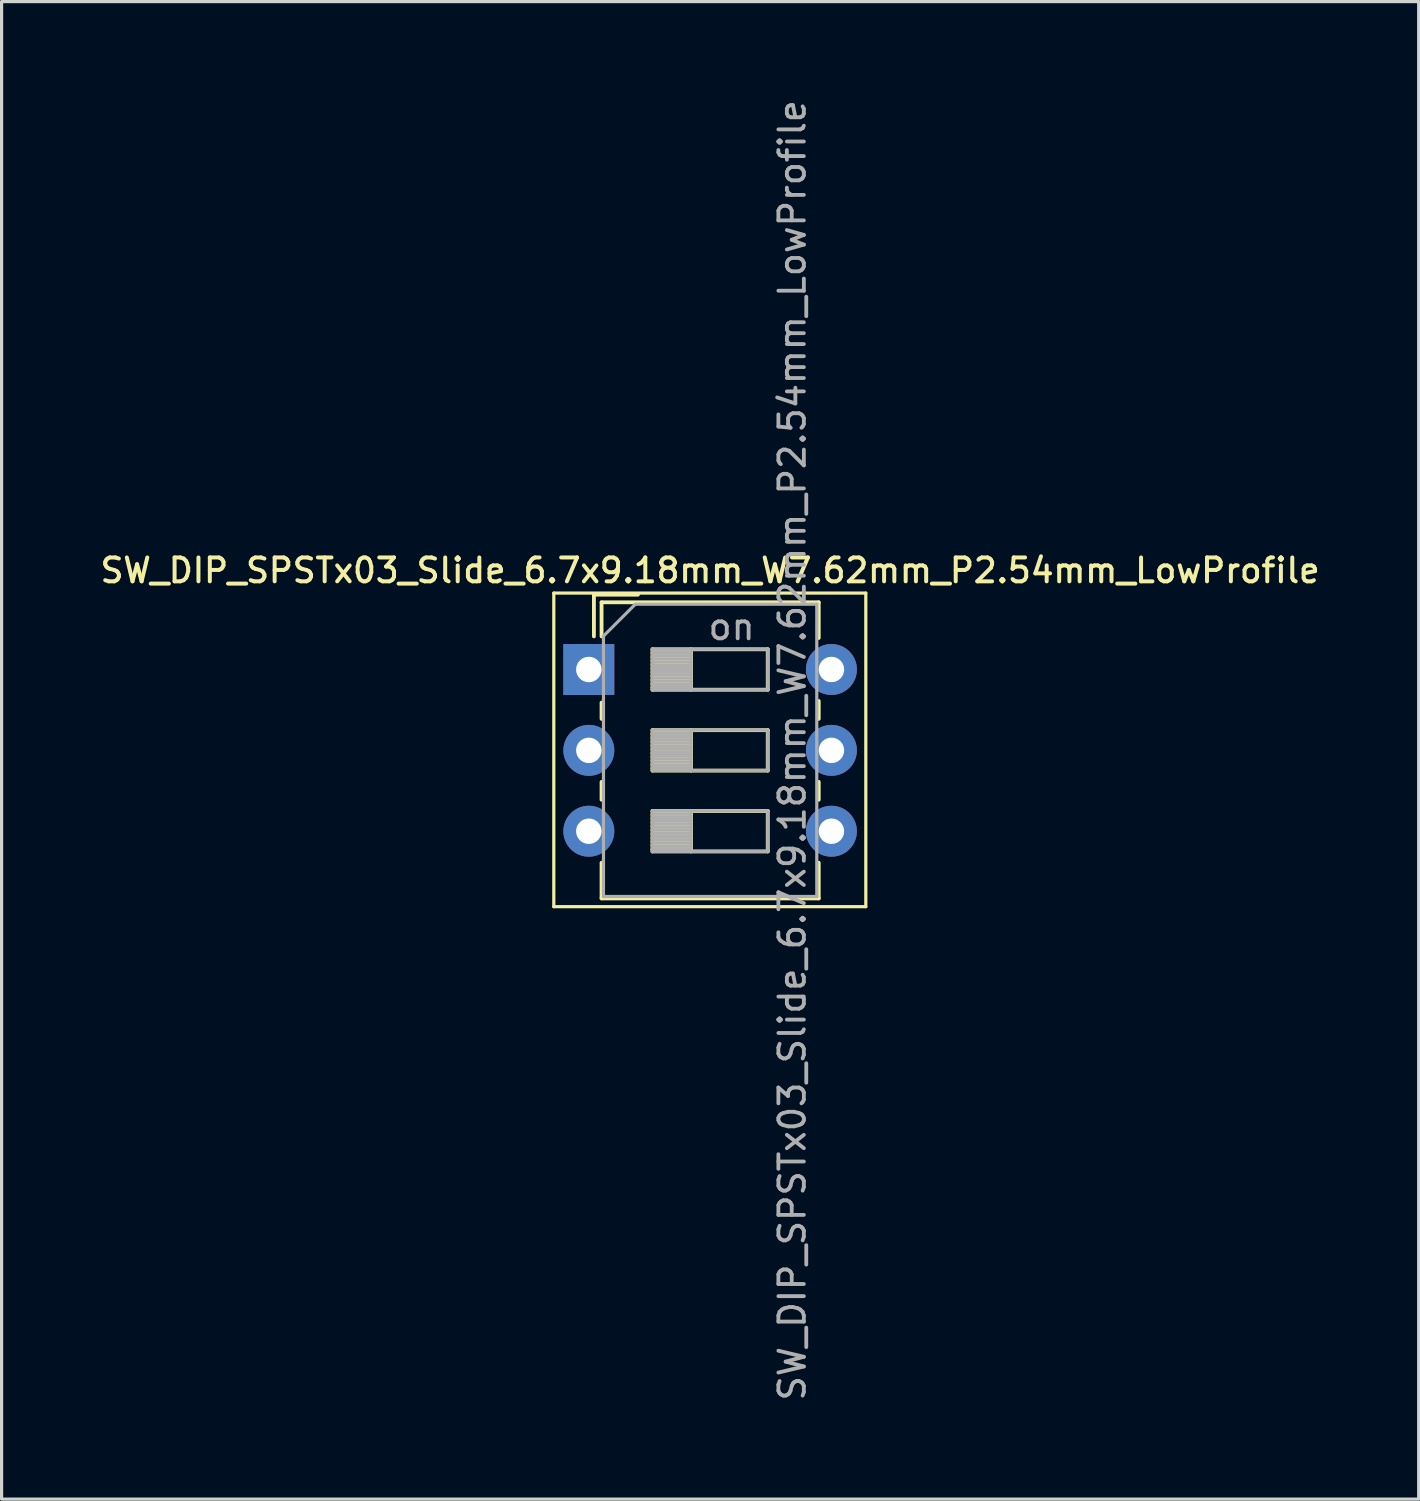
<source format=kicad_pcb>
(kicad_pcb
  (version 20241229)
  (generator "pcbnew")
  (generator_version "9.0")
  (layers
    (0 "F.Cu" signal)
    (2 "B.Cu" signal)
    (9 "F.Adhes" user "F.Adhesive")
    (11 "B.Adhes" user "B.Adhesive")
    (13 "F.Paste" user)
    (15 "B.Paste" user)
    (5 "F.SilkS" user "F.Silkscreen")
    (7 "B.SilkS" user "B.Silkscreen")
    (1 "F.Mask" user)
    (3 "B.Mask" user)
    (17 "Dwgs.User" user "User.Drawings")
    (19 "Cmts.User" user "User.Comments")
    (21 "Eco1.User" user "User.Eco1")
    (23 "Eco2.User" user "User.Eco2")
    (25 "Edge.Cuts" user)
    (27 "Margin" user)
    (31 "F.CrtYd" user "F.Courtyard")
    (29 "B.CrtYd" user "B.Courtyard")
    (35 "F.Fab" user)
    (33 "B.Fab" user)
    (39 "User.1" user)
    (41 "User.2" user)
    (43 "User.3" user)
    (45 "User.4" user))
  (footprint "SW_DIP_SPSTx03_Slide_6.7x9.18mm_W7.62mm_P2.54mm_LowProfile"
    (layer "F.Cu")
    (at 15.445 17.979)
    (property "Reference" "SW_DIP_SPSTx03_Slide_6.7x9.18mm_W7.62mm_P2.54mm_LowProfile" (at 3.81 -3.11 0) (layer "F.SilkS") (effects (font (size 0.75 0.75) (thickness 0.125))))
    (attr through_hole)
    (fp_line (start -1.1 -2.4) (end -1.1 7.45) (stroke (width 0.1) (type solid)) (layer "F.SilkS"))
    (fp_line (start -1.1 7.45) (end 8.7 7.45) (stroke (width 0.1) (type solid)) (layer "F.SilkS"))
    (fp_line (start 0.16 -2.35) (end 0.16 -1.04) (stroke (width 0.12) (type solid)) (layer "F.SilkS"))
    (fp_line (start 0.16 -2.35) (end 1.543 -2.35) (stroke (width 0.12) (type solid)) (layer "F.SilkS"))
    (fp_line (start 0.4 -2.11) (end 0.4 -1.04) (stroke (width 0.12) (type solid)) (layer "F.SilkS"))
    (fp_line (start 0.4 -2.11) (end 7.221 -2.11) (stroke (width 0.12) (type solid)) (layer "F.SilkS"))
    (fp_line (start 0.4 1.04) (end 0.4 1.551) (stroke (width 0.12) (type solid)) (layer "F.SilkS"))
    (fp_line (start 0.4 3.53) (end 0.4 4.091) (stroke (width 0.12) (type solid)) (layer "F.SilkS"))
    (fp_line (start 0.4 6.07) (end 0.4 7.19) (stroke (width 0.12) (type solid)) (layer "F.SilkS"))
    (fp_line (start 0.4 7.19) (end 7.221 7.19) (stroke (width 0.12) (type solid)) (layer "F.SilkS"))
    (fp_line (start 2 -0.635) (end 2 0.635) (stroke (width 0.12) (type solid)) (layer "F.SilkS"))
    (fp_line (start 2 -0.515) (end 3.207 -0.515) (stroke (width 0.12) (type solid)) (layer "F.SilkS"))
    (fp_line (start 2 -0.395) (end 3.207 -0.395) (stroke (width 0.12) (type solid)) (layer "F.SilkS"))
    (fp_line (start 2 -0.275) (end 3.207 -0.275) (stroke (width 0.12) (type solid)) (layer "F.SilkS"))
    (fp_line (start 2 -0.155) (end 3.207 -0.155) (stroke (width 0.12) (type solid)) (layer "F.SilkS"))
    (fp_line (start 2 -0.035) (end 3.207 -0.035) (stroke (width 0.12) (type solid)) (layer "F.SilkS"))
    (fp_line (start 2 0.085) (end 3.207 0.085) (stroke (width 0.12) (type solid)) (layer "F.SilkS"))
    (fp_line (start 2 0.205) (end 3.207 0.205) (stroke (width 0.12) (type solid)) (layer "F.SilkS"))
    (fp_line (start 2 0.325) (end 3.207 0.325) (stroke (width 0.12) (type solid)) (layer "F.SilkS"))
    (fp_line (start 2 0.445) (end 3.207 0.445) (stroke (width 0.12) (type solid)) (layer "F.SilkS"))
    (fp_line (start 2 0.565) (end 3.207 0.565) (stroke (width 0.12) (type solid)) (layer "F.SilkS"))
    (fp_line (start 2 0.635) (end 5.62 0.635) (stroke (width 0.12) (type solid)) (layer "F.SilkS"))
    (fp_line (start 2 1.905) (end 2 3.175) (stroke (width 0.12) (type solid)) (layer "F.SilkS"))
    (fp_line (start 2 2.025) (end 3.207 2.025) (stroke (width 0.12) (type solid)) (layer "F.SilkS"))
    (fp_line (start 2 2.145) (end 3.207 2.145) (stroke (width 0.12) (type solid)) (layer "F.SilkS"))
    (fp_line (start 2 2.265) (end 3.207 2.265) (stroke (width 0.12) (type solid)) (layer "F.SilkS"))
    (fp_line (start 2 2.385) (end 3.207 2.385) (stroke (width 0.12) (type solid)) (layer "F.SilkS"))
    (fp_line (start 2 2.505) (end 3.207 2.505) (stroke (width 0.12) (type solid)) (layer "F.SilkS"))
    (fp_line (start 2 2.625) (end 3.207 2.625) (stroke (width 0.12) (type solid)) (layer "F.SilkS"))
    (fp_line (start 2 2.745) (end 3.207 2.745) (stroke (width 0.12) (type solid)) (layer "F.SilkS"))
    (fp_line (start 2 2.865) (end 3.207 2.865) (stroke (width 0.12) (type solid)) (layer "F.SilkS"))
    (fp_line (start 2 2.985) (end 3.207 2.985) (stroke (width 0.12) (type solid)) (layer "F.SilkS"))
    (fp_line (start 2 3.105) (end 3.207 3.105) (stroke (width 0.12) (type solid)) (layer "F.SilkS"))
    (fp_line (start 2 3.175) (end 5.62 3.175) (stroke (width 0.12) (type solid)) (layer "F.SilkS"))
    (fp_line (start 2 4.445) (end 2 5.715) (stroke (width 0.12) (type solid)) (layer "F.SilkS"))
    (fp_line (start 2 4.565) (end 3.207 4.565) (stroke (width 0.12) (type solid)) (layer "F.SilkS"))
    (fp_line (start 2 4.685) (end 3.207 4.685) (stroke (width 0.12) (type solid)) (layer "F.SilkS"))
    (fp_line (start 2 4.805) (end 3.207 4.805) (stroke (width 0.12) (type solid)) (layer "F.SilkS"))
    (fp_line (start 2 4.925) (end 3.207 4.925) (stroke (width 0.12) (type solid)) (layer "F.SilkS"))
    (fp_line (start 2 5.045) (end 3.207 5.045) (stroke (width 0.12) (type solid)) (layer "F.SilkS"))
    (fp_line (start 2 5.165) (end 3.207 5.165) (stroke (width 0.12) (type solid)) (layer "F.SilkS"))
    (fp_line (start 2 5.285) (end 3.207 5.285) (stroke (width 0.12) (type solid)) (layer "F.SilkS"))
    (fp_line (start 2 5.405) (end 3.207 5.405) (stroke (width 0.12) (type solid)) (layer "F.SilkS"))
    (fp_line (start 2 5.525) (end 3.207 5.525) (stroke (width 0.12) (type solid)) (layer "F.SilkS"))
    (fp_line (start 2 5.645) (end 3.207 5.645) (stroke (width 0.12) (type solid)) (layer "F.SilkS"))
    (fp_line (start 2 5.715) (end 5.62 5.715) (stroke (width 0.12) (type solid)) (layer "F.SilkS"))
    (fp_line (start 3.207 -0.635) (end 3.207 0.635) (stroke (width 0.12) (type solid)) (layer "F.SilkS"))
    (fp_line (start 3.207 1.905) (end 3.207 3.175) (stroke (width 0.12) (type solid)) (layer "F.SilkS"))
    (fp_line (start 3.207 4.445) (end 3.207 5.715) (stroke (width 0.12) (type solid)) (layer "F.SilkS"))
    (fp_line (start 5.62 -0.635) (end 2 -0.635) (stroke (width 0.12) (type solid)) (layer "F.SilkS"))
    (fp_line (start 5.62 0.635) (end 5.62 -0.635) (stroke (width 0.12) (type solid)) (layer "F.SilkS"))
    (fp_line (start 5.62 1.905) (end 2 1.905) (stroke (width 0.12) (type solid)) (layer "F.SilkS"))
    (fp_line (start 5.62 3.175) (end 5.62 1.905) (stroke (width 0.12) (type solid)) (layer "F.SilkS"))
    (fp_line (start 5.62 4.445) (end 2 4.445) (stroke (width 0.12) (type solid)) (layer "F.SilkS"))
    (fp_line (start 5.62 5.715) (end 5.62 4.445) (stroke (width 0.12) (type solid)) (layer "F.SilkS"))
    (fp_line (start 7.221 -2.11) (end 7.221 -0.99) (stroke (width 0.12) (type solid)) (layer "F.SilkS"))
    (fp_line (start 7.221 0.99) (end 7.221 1.551) (stroke (width 0.12) (type solid)) (layer "F.SilkS"))
    (fp_line (start 7.221 3.53) (end 7.221 4.091) (stroke (width 0.12) (type solid)) (layer "F.SilkS"))
    (fp_line (start 7.221 6.07) (end 7.221 7.19) (stroke (width 0.12) (type solid)) (layer "F.SilkS"))
    (fp_line (start 8.7 -2.4) (end -1.1 -2.4) (stroke (width 0.1) (type solid)) (layer "F.SilkS"))
    (fp_line (start 8.7 7.45) (end 8.7 -2.4) (stroke (width 0.1) (type solid)) (layer "F.SilkS"))
    (fp_line (start 0.46 -1.05) (end 1.46 -2.05) (stroke (width 0.1) (type solid)) (layer "F.Fab"))
    (fp_line (start 0.46 7.13) (end 0.46 -1.05) (stroke (width 0.1) (type solid)) (layer "F.Fab"))
    (fp_line (start 1.46 -2.05) (end 7.16 -2.05) (stroke (width 0.1) (type solid)) (layer "F.Fab"))
    (fp_line (start 2 -0.635) (end 2 0.635) (stroke (width 0.1) (type solid)) (layer "F.Fab"))
    (fp_line (start 2 -0.535) (end 3.207 -0.535) (stroke (width 0.1) (type solid)) (layer "F.Fab"))
    (fp_line (start 2 -0.435) (end 3.207 -0.435) (stroke (width 0.1) (type solid)) (layer "F.Fab"))
    (fp_line (start 2 -0.335) (end 3.207 -0.335) (stroke (width 0.1) (type solid)) (layer "F.Fab"))
    (fp_line (start 2 -0.235) (end 3.207 -0.235) (stroke (width 0.1) (type solid)) (layer "F.Fab"))
    (fp_line (start 2 -0.135) (end 3.207 -0.135) (stroke (width 0.1) (type solid)) (layer "F.Fab"))
    (fp_line (start 2 -0.035) (end 3.207 -0.035) (stroke (width 0.1) (type solid)) (layer "F.Fab"))
    (fp_line (start 2 0.065) (end 3.207 0.065) (stroke (width 0.1) (type solid)) (layer "F.Fab"))
    (fp_line (start 2 0.165) (end 3.207 0.165) (stroke (width 0.1) (type solid)) (layer "F.Fab"))
    (fp_line (start 2 0.265) (end 3.207 0.265) (stroke (width 0.1) (type solid)) (layer "F.Fab"))
    (fp_line (start 2 0.365) (end 3.207 0.365) (stroke (width 0.1) (type solid)) (layer "F.Fab"))
    (fp_line (start 2 0.465) (end 3.207 0.465) (stroke (width 0.1) (type solid)) (layer "F.Fab"))
    (fp_line (start 2 0.565) (end 3.207 0.565) (stroke (width 0.1) (type solid)) (layer "F.Fab"))
    (fp_line (start 2 0.635) (end 5.62 0.635) (stroke (width 0.1) (type solid)) (layer "F.Fab"))
    (fp_line (start 2 1.905) (end 2 3.175) (stroke (width 0.1) (type solid)) (layer "F.Fab"))
    (fp_line (start 2 2.005) (end 3.207 2.005) (stroke (width 0.1) (type solid)) (layer "F.Fab"))
    (fp_line (start 2 2.105) (end 3.207 2.105) (stroke (width 0.1) (type solid)) (layer "F.Fab"))
    (fp_line (start 2 2.205) (end 3.207 2.205) (stroke (width 0.1) (type solid)) (layer "F.Fab"))
    (fp_line (start 2 2.305) (end 3.207 2.305) (stroke (width 0.1) (type solid)) (layer "F.Fab"))
    (fp_line (start 2 2.405) (end 3.207 2.405) (stroke (width 0.1) (type solid)) (layer "F.Fab"))
    (fp_line (start 2 2.505) (end 3.207 2.505) (stroke (width 0.1) (type solid)) (layer "F.Fab"))
    (fp_line (start 2 2.605) (end 3.207 2.605) (stroke (width 0.1) (type solid)) (layer "F.Fab"))
    (fp_line (start 2 2.705) (end 3.207 2.705) (stroke (width 0.1) (type solid)) (layer "F.Fab"))
    (fp_line (start 2 2.805) (end 3.207 2.805) (stroke (width 0.1) (type solid)) (layer "F.Fab"))
    (fp_line (start 2 2.905) (end 3.207 2.905) (stroke (width 0.1) (type solid)) (layer "F.Fab"))
    (fp_line (start 2 3.005) (end 3.207 3.005) (stroke (width 0.1) (type solid)) (layer "F.Fab"))
    (fp_line (start 2 3.105) (end 3.207 3.105) (stroke (width 0.1) (type solid)) (layer "F.Fab"))
    (fp_line (start 2 3.175) (end 5.62 3.175) (stroke (width 0.1) (type solid)) (layer "F.Fab"))
    (fp_line (start 2 4.445) (end 2 5.715) (stroke (width 0.1) (type solid)) (layer "F.Fab"))
    (fp_line (start 2 4.545) (end 3.207 4.545) (stroke (width 0.1) (type solid)) (layer "F.Fab"))
    (fp_line (start 2 4.645) (end 3.207 4.645) (stroke (width 0.1) (type solid)) (layer "F.Fab"))
    (fp_line (start 2 4.745) (end 3.207 4.745) (stroke (width 0.1) (type solid)) (layer "F.Fab"))
    (fp_line (start 2 4.845) (end 3.207 4.845) (stroke (width 0.1) (type solid)) (layer "F.Fab"))
    (fp_line (start 2 4.945) (end 3.207 4.945) (stroke (width 0.1) (type solid)) (layer "F.Fab"))
    (fp_line (start 2 5.045) (end 3.207 5.045) (stroke (width 0.1) (type solid)) (layer "F.Fab"))
    (fp_line (start 2 5.145) (end 3.207 5.145) (stroke (width 0.1) (type solid)) (layer "F.Fab"))
    (fp_line (start 2 5.245) (end 3.207 5.245) (stroke (width 0.1) (type solid)) (layer "F.Fab"))
    (fp_line (start 2 5.345) (end 3.207 5.345) (stroke (width 0.1) (type solid)) (layer "F.Fab"))
    (fp_line (start 2 5.445) (end 3.207 5.445) (stroke (width 0.1) (type solid)) (layer "F.Fab"))
    (fp_line (start 2 5.545) (end 3.207 5.545) (stroke (width 0.1) (type solid)) (layer "F.Fab"))
    (fp_line (start 2 5.645) (end 3.207 5.645) (stroke (width 0.1) (type solid)) (layer "F.Fab"))
    (fp_line (start 2 5.715) (end 5.62 5.715) (stroke (width 0.1) (type solid)) (layer "F.Fab"))
    (fp_line (start 3.207 -0.635) (end 3.207 0.635) (stroke (width 0.1) (type solid)) (layer "F.Fab"))
    (fp_line (start 3.207 1.905) (end 3.207 3.175) (stroke (width 0.1) (type solid)) (layer "F.Fab"))
    (fp_line (start 3.207 4.445) (end 3.207 5.715) (stroke (width 0.1) (type solid)) (layer "F.Fab"))
    (fp_line (start 5.62 -0.635) (end 2 -0.635) (stroke (width 0.1) (type solid)) (layer "F.Fab"))
    (fp_line (start 5.62 0.635) (end 5.62 -0.635) (stroke (width 0.1) (type solid)) (layer "F.Fab"))
    (fp_line (start 5.62 1.905) (end 2 1.905) (stroke (width 0.1) (type solid)) (layer "F.Fab"))
    (fp_line (start 5.62 3.175) (end 5.62 1.905) (stroke (width 0.1) (type solid)) (layer "F.Fab"))
    (fp_line (start 5.62 4.445) (end 2 4.445) (stroke (width 0.1) (type solid)) (layer "F.Fab"))
    (fp_line (start 5.62 5.715) (end 5.62 4.445) (stroke (width 0.1) (type solid)) (layer "F.Fab"))
    (fp_line (start 7.16 -2.05) (end 7.16 7.13) (stroke (width 0.1) (type solid)) (layer "F.Fab"))
    (fp_line (start 7.16 7.13) (end 0.46 7.13) (stroke (width 0.1) (type solid)) (layer "F.Fab"))
    (fp_text user "on" (at 4.485 -1.343 0) (layer "F.Fab") (effects (font (size 0.8 0.8) (thickness 0.12))))
    (fp_text user "${REFERENCE}" (at 6.39 2.54 90) (layer "F.Fab") (effects (font (size 0.8 0.8) (thickness 0.12))))
    (pad "1" thru_hole rect (at 0 0) (size 1.6 1.6) (drill 0.8) (layers "*.Cu" "*.Mask"))
    (pad "2" thru_hole oval (at 0 2.54) (size 1.6 1.6) (drill 0.8) (layers "*.Cu" "*.Mask"))
    (pad "3" thru_hole oval (at 0 5.08) (size 1.6 1.6) (drill 0.8) (layers "*.Cu" "*.Mask"))
    (pad "4" thru_hole oval (at 7.62 5.08) (size 1.6 1.6) (drill 0.8) (layers "*.Cu" "*.Mask"))
    (pad "5" thru_hole oval (at 7.62 2.54) (size 1.6 1.6) (drill 0.8) (layers "*.Cu" "*.Mask"))
    (pad "6" thru_hole oval (at 7.62 0) (size 1.6 1.6) (drill 0.8) (layers "*.Cu" "*.Mask")))
  (gr_rect
    (start -3 -3)
    (end 41.511 44.038)
    (stroke (width 0.1) (type default))
    (fill no)
    (layer "Edge.Cuts")))
</source>
